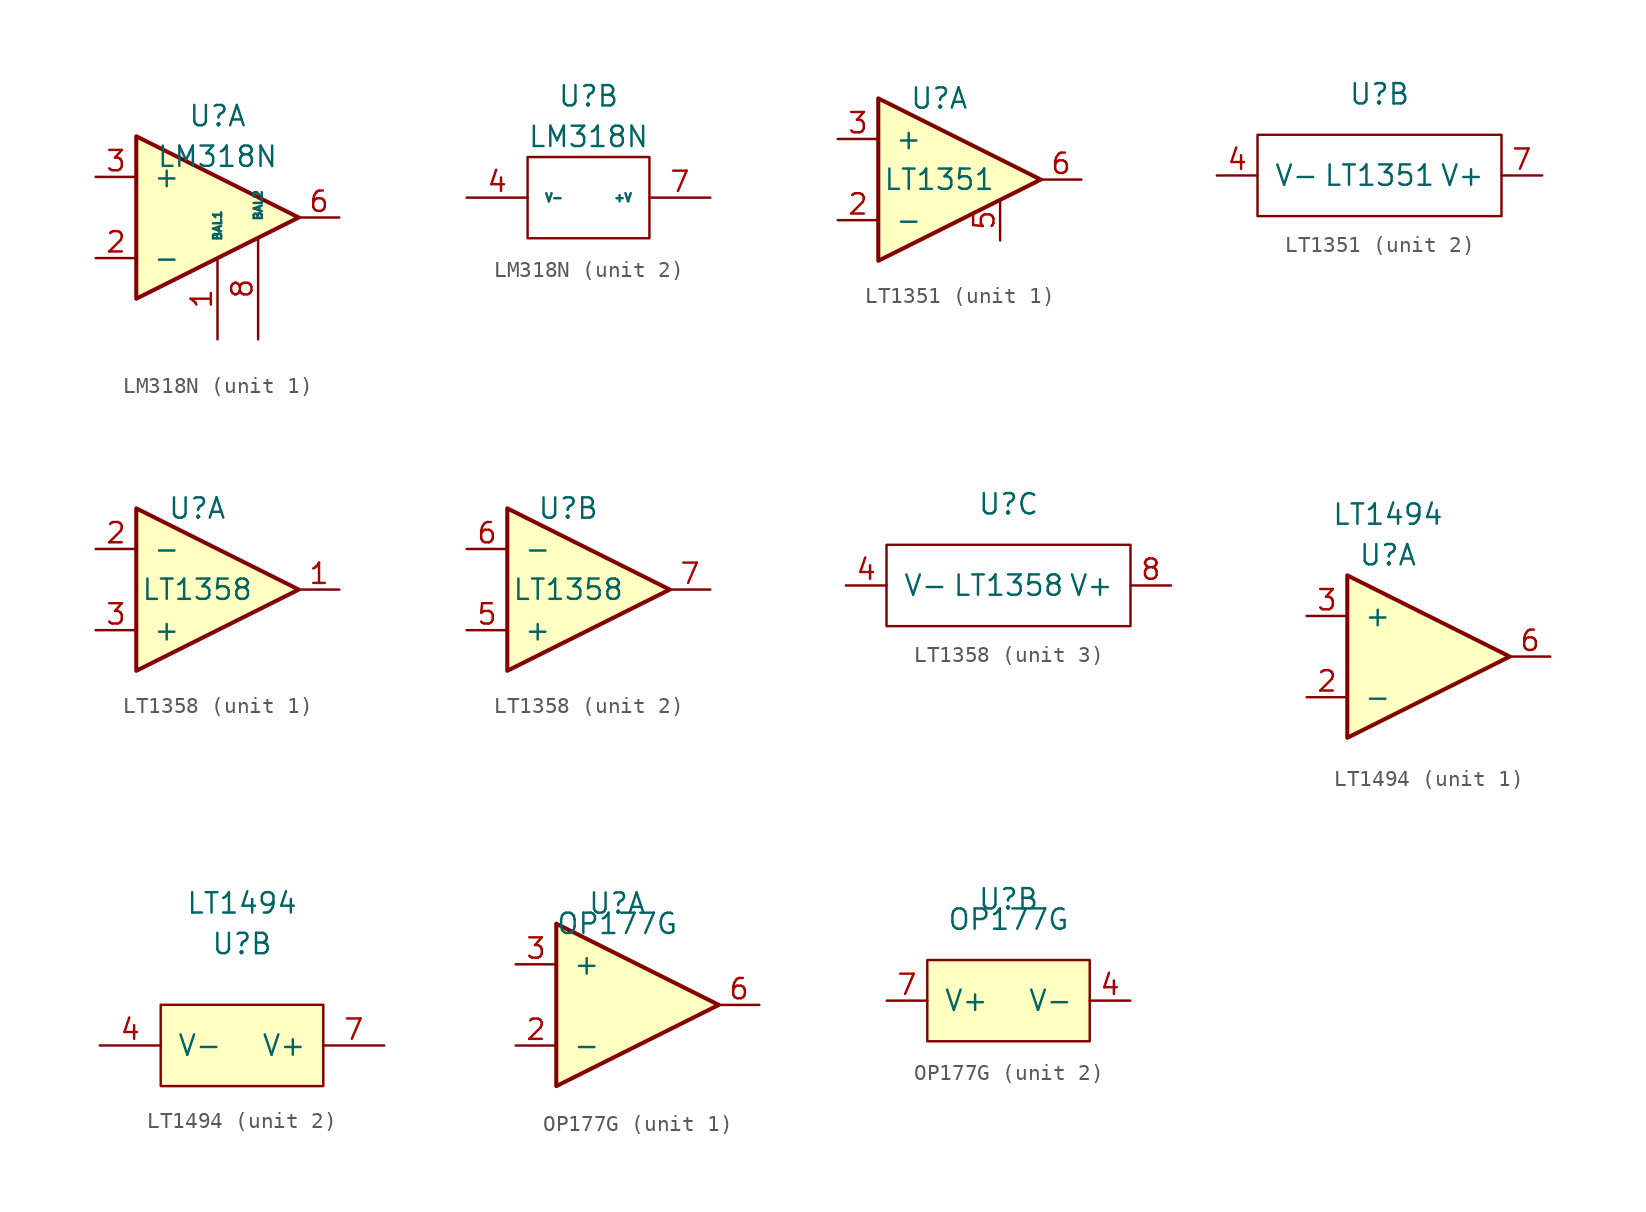
<source format=kicad_sym>
(kicad_symbol_lib
  (version 20211014)
  (generator kicad_symbol_editor)
  (symbol "LM318N"
    (pin_names
      (offset 1.016))
    (property "Reference" "U"
      (at 0 6.35 0)
      (effects (font (size 1.27 1.27))))
    (property "Value" "LM318N"
      (at 0 3.81 0)
      (effects (font (size 1.27 1.27))))
    (property "ki_locked" ""
      (at 0 0 0)
      (effects (font (size 1.27 1.27))))
    (symbol "LM318N_1_1"
      (polyline (pts (xy 5.08 0) (xy -5.08 5.08) (xy -5.08 -5.08) (xy 5.08 0)) (stroke (width 0.254) (type default) (color 0 0 0 0)) (fill (type background)))
      (pin passive line (at 0 -7.62 90) (length 5.08) (name "BAL1" (effects (font (size 0.508 0.508)))) (number "1" (effects (font (size 1.27 1.27)))))
      (pin input line (at -7.62 -2.54 0) (length 2.54) (name "-" (effects (font (size 1.27 1.27)))) (number "2" (effects (font (size 1.27 1.27)))))
      (pin input line (at -7.62 2.54 0) (length 2.54) (name "+" (effects (font (size 1.27 1.27)))) (number "3" (effects (font (size 1.27 1.27)))))
      (pin passive line (at 0 7.62 270) (length 5.08) hide (name "BAL3" (effects (font (size 0.508 0.508)))) (number "5" (effects (font (size 1.27 1.27)))))
      (pin output line (at 7.62 0 180) (length 2.54) (name "~" (effects (font (size 1.27 1.27)))) (number "6" (effects (font (size 1.27 1.27)))))
      (pin passive line (at 2.54 -7.62 90) (length 6.35) (name "BAL2" (effects (font (size 0.508 0.508)))) (number "8" (effects (font (size 1.27 1.27))))))
    (symbol "LM318N_2_1"
      (rectangle (start -3.81 -2.54) (end 3.81 2.54) (stroke (width 0) (type default) (color 0 0 0 0)) (fill (type none)))
      (pin power_in line (at -7.62 0 0) (length 3.81) (name "V-" (effects (font (size 0.508 0.508)))) (number "4" (effects (font (size 1.27 1.27)))))
      (pin power_in line (at 7.62 0 180) (length 3.81) (name "+V" (effects (font (size 0.508 0.508)))) (number "7" (effects (font (size 1.27 1.27)))))))
  (symbol "LT1351"
    (pin_names
      (offset 1.016))
    (property "Reference" "U"
      (at 0 5.08 0)
      (effects (font (size 1.27 1.27))))
    (property "Value" "LT1351"
      (at 0 0 0)
      (effects (font (size 1.27 1.27))))
    (property "ki_locked" ""
      (at 0 0 0)
      (effects (font (size 1.27 1.27))))
    (symbol "LT1351_1_1"
      (polyline (pts (xy -3.81 5.08) (xy 6.35 0) (xy -3.81 -5.08) (xy -3.81 5.08)) (stroke (width 0.254) (type default) (color 0 0 0 0)) (fill (type background)))
      (pin input line (at -6.35 -2.54 0) (length 2.54) (name "-" (effects (font (size 1.27 1.27)))) (number "2" (effects (font (size 1.27 1.27)))))
      (pin input line (at -6.35 2.54 0) (length 2.54) (name "+" (effects (font (size 1.27 1.27)))) (number "3" (effects (font (size 1.27 1.27)))))
      (pin output line (at 3.81 -3.81 90) (length 2.54) (name "~" (effects (font (size 1.27 1.27)))) (number "5" (effects (font (size 1.27 1.27)))))
      (pin output line (at 8.89 0 180) (length 2.54) (name "~" (effects (font (size 1.27 1.27)))) (number "6" (effects (font (size 1.27 1.27))))))
    (symbol "LT1351_2_1"
      (rectangle (start -7.62 2.54) (end 7.62 -2.54) (stroke (width 0) (type default) (color 0 0 0 0)) (fill (type none)))
      (pin power_in line (at -10.16 0 0) (length 2.54) (name "V-" (effects (font (size 1.27 1.27)))) (number "4" (effects (font (size 1.27 1.27)))))
      (pin power_in line (at 10.16 0 180) (length 2.54) (name "V+" (effects (font (size 1.27 1.27)))) (number "7" (effects (font (size 1.27 1.27)))))))
  (symbol "LT1358"
    (pin_names
      (offset 1.016))
    (property "Reference" "U"
      (at 0 5.08 0)
      (effects (font (size 1.27 1.27))))
    (property "Value" "LT1358"
      (at 0 0 0)
      (effects (font (size 1.27 1.27))))
    (property "ki_locked" ""
      (at 0 0 0)
      (effects (font (size 1.27 1.27))))
    (symbol "LT1358_1_1"
      (polyline (pts (xy -3.81 5.08) (xy 6.35 0) (xy -3.81 -5.08) (xy -3.81 5.08)) (stroke (width 0.254) (type default) (color 0 0 0 0)) (fill (type background)))
      (pin output line (at 8.89 0 180) (length 2.54) (name "~" (effects (font (size 1.27 1.27)))) (number "1" (effects (font (size 1.27 1.27)))))
      (pin input line (at -6.35 2.54 0) (length 2.54) (name "-" (effects (font (size 1.27 1.27)))) (number "2" (effects (font (size 1.27 1.27)))))
      (pin input line (at -6.35 -2.54 0) (length 2.54) (name "+" (effects (font (size 1.27 1.27)))) (number "3" (effects (font (size 1.27 1.27))))))
    (symbol "LT1358_2_1"
      (polyline (pts (xy -3.81 5.08) (xy 6.35 0) (xy -3.81 -5.08) (xy -3.81 5.08)) (stroke (width 0.254) (type default) (color 0 0 0 0)) (fill (type background)))
      (pin input line (at -6.35 -2.54 0) (length 2.54) (name "+" (effects (font (size 1.27 1.27)))) (number "5" (effects (font (size 1.27 1.27)))))
      (pin input line (at -6.35 2.54 0) (length 2.54) (name "-" (effects (font (size 1.27 1.27)))) (number "6" (effects (font (size 1.27 1.27)))))
      (pin output line (at 8.89 0 180) (length 2.54) (name "~" (effects (font (size 1.27 1.27)))) (number "7" (effects (font (size 1.27 1.27))))))
    (symbol "LT1358_3_1"
      (rectangle (start -7.62 2.54) (end 7.62 -2.54) (stroke (width 0) (type default) (color 0 0 0 0)) (fill (type none)))
      (pin power_in line (at -10.16 0 0) (length 2.54) (name "V-" (effects (font (size 1.27 1.27)))) (number "4" (effects (font (size 1.27 1.27)))))
      (pin power_in line (at 10.16 0 180) (length 2.54) (name "V+" (effects (font (size 1.27 1.27)))) (number "8" (effects (font (size 1.27 1.27)))))))
  (symbol "LT1494"
    (pin_names
      (offset 1.016))
    (property "Reference" "U"
      (at 0 6.35 0)
      (effects (font (size 1.27 1.27))))
    (property "Value" "LT1494"
      (at 0 8.89 0)
      (effects (font (size 1.27 1.27))))
    (property "ki_locked" ""
      (at 0 0 0)
      (effects (font (size 1.27 1.27))))
    (symbol "LT1494_1_1"
      (polyline (pts (xy -2.54 5.08) (xy 7.62 0) (xy -2.54 -5.08) (xy -2.54 5.08)) (stroke (width 0.254) (type default) (color 0 0 0 0)) (fill (type background)))
      (pin input line (at -5.08 -2.54 0) (length 2.54) (name "-" (effects (font (size 1.27 1.27)))) (number "2" (effects (font (size 1.27 1.27)))))
      (pin input line (at -5.08 2.54 0) (length 2.54) (name "+" (effects (font (size 1.27 1.27)))) (number "3" (effects (font (size 1.27 1.27)))))
      (pin output line (at 10.16 0 180) (length 2.54) (name "~" (effects (font (size 1.27 1.27)))) (number "6" (effects (font (size 1.27 1.27))))))
    (symbol "LT1494_2_1"
      (rectangle (start -5.08 2.54) (end 5.08 -2.54) (stroke (width 0) (type default) (color 0 0 0 0)) (fill (type background)))
      (pin no_connect line (at -1.27 -1.27 90) (length 3.81) hide (name "NC1" (effects (font (size 1.27 1.27)))) (number "1" (effects (font (size 1.27 1.27)))))
      (pin power_in line (at -8.89 0 0) (length 3.81) (name "V-" (effects (font (size 1.27 1.27)))) (number "4" (effects (font (size 1.27 1.27)))))
      (pin no_connect line (at 1.27 -1.27 90) (length 3.81) hide (name "NC2" (effects (font (size 1.27 1.27)))) (number "5" (effects (font (size 1.27 1.27)))))
      (pin power_in line (at 8.89 0 180) (length 3.81) (name "V+" (effects (font (size 1.27 1.27)))) (number "7" (effects (font (size 1.27 1.27)))))
      (pin no_connect line (at 0 -1.27 90) (length 3.81) hide (name "NC2" (effects (font (size 1.27 1.27)))) (number "8" (effects (font (size 1.27 1.27)))))))
  (symbol "OP177G"
    (pin_names
      (offset 1.016))
    (property "Reference" "U"
      (at 0 6.35 0)
      (effects (font (size 1.27 1.27))))
    (property "Value" "OP177G"
      (at 0 5.08 0)
      (effects (font (size 1.27 1.27))))
    (property "ki_locked" ""
      (at 0 0 0)
      (effects (font (size 1.27 1.27))))
    (symbol "OP177G_1_1"
      (polyline (pts (xy -3.81 5.08) (xy 6.35 0) (xy -3.81 -5.08) (xy -3.81 5.08)) (stroke (width 0.254) (type default) (color 0 0 0 0)) (fill (type background)))
      (pin input line (at -6.35 -2.54 0) (length 2.54) (name "-" (effects (font (size 1.27 1.27)))) (number "2" (effects (font (size 1.27 1.27)))))
      (pin input line (at -6.35 2.54 0) (length 2.54) (name "+" (effects (font (size 1.27 1.27)))) (number "3" (effects (font (size 1.27 1.27)))))
      (pin output line (at 8.89 0 180) (length 2.54) (name "~" (effects (font (size 1.27 1.27)))) (number "6" (effects (font (size 1.27 1.27))))))
    (symbol "OP177G_2_1"
      (rectangle (start -5.08 2.54) (end 5.08 -2.54) (stroke (width 0) (type default) (color 0 0 0 0)) (fill (type background)))
      (pin output line (at 7.62 0 180) (length 2.54) (name "V-" (effects (font (size 1.27 1.27)))) (number "4" (effects (font (size 1.27 1.27)))))
      (pin output line (at -7.62 0 0) (length 2.54) (name "V+" (effects (font (size 1.27 1.27)))) (number "7" (effects (font (size 1.27 1.27))))))))
</source>
